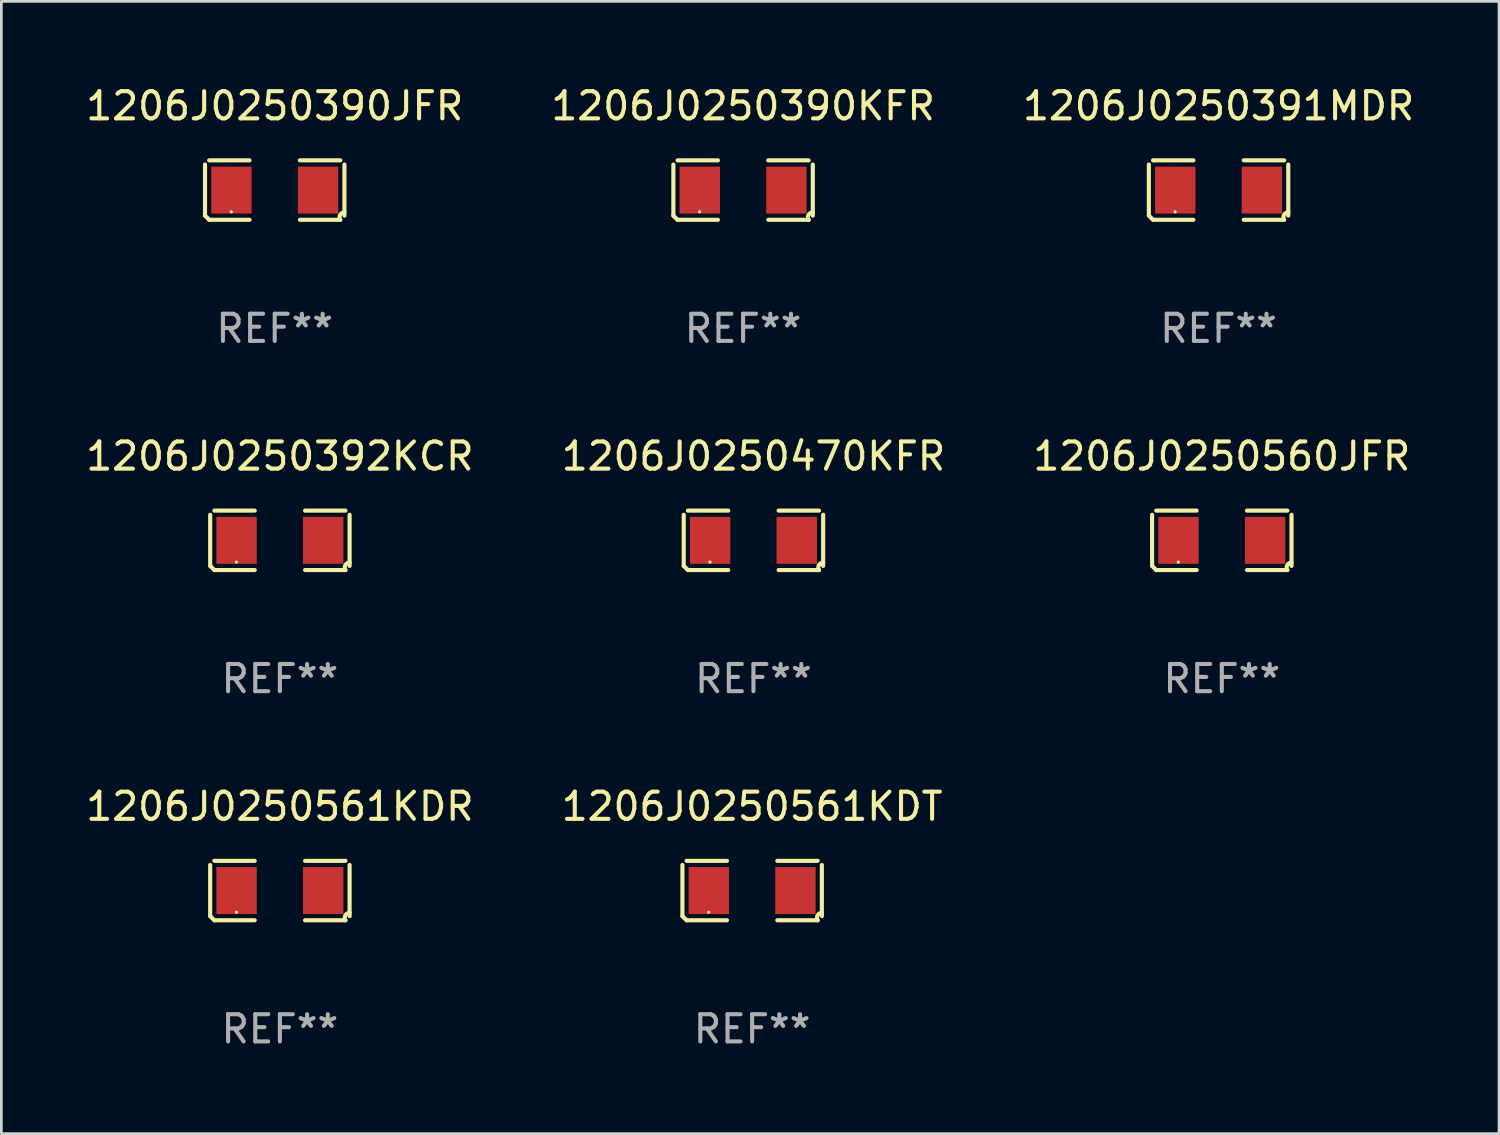
<source format=kicad_pcb>
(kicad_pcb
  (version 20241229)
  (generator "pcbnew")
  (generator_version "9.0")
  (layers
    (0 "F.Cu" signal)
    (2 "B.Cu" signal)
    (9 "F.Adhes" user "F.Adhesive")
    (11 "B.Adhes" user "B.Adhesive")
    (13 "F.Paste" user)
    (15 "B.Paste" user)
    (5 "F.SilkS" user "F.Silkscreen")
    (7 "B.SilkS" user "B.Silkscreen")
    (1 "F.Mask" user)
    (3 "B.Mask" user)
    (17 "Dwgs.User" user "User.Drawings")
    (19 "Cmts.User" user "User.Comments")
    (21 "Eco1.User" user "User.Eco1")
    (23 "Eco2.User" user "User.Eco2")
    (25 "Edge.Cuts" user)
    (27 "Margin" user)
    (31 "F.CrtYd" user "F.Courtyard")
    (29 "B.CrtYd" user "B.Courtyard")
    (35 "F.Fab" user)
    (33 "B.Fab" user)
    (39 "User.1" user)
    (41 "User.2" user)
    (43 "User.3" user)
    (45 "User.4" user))
  (footprint "1206J0250470KFR"
    (layer "F.Cu")
    (at 24.661 16.823)
    (property "Reference" "1206J0250470KFR" (at 0 -3.093 0) (layer "F.SilkS") (effects (font (size 1 1) (thickness 0.15))))
    (attr through_hole)
    (fp_line (start -2.564 0.94) (end -2.564 -0.94) (stroke (width 0.152) (type solid)) (layer "F.SilkS"))
    (fp_line (start -2.411 -1.093) (end -0.926 -1.093) (stroke (width 0.152) (type solid)) (layer "F.SilkS"))
    (fp_line (start -0.926 1.093) (end -2.411 1.093) (stroke (width 0.152) (type solid)) (layer "F.SilkS"))
    (fp_line (start 0.926 1.093) (end 2.411 1.093) (stroke (width 0.152) (type solid)) (layer "F.SilkS"))
    (fp_line (start 2.411 -1.093) (end 0.926 -1.093) (stroke (width 0.152) (type solid)) (layer "F.SilkS"))
    (fp_line (start 2.564 0.94) (end 2.564 -0.94) (stroke (width 0.152) (type solid)) (layer "F.SilkS"))
    (fp_arc (start -2.411201 1.092609) (mid -2.487413 1.01642) (end -2.563602 0.940208) (stroke (width 0.1524) (type solid)) (layer "F.SilkS"))
    (fp_arc (start 2.411201 1.092609) (mid 2.407159 0.911226) (end 2.563602 0.819347) (stroke (width 0.1524) (type solid)) (layer "F.SilkS"))
    (fp_circle (center -1.6 0.8) (end -1.57 0.8) (stroke (width 0.06) (type solid)) (fill no) (layer "F.SilkS"))
    (fp_text user "REF**" (at 0 5.093 0) (layer "F.Fab") (effects (font (size 1 1) (thickness 0.15))))
    (pad "1" smd rect (at -1.593 0) (size 1.485 1.728) (layers "F.Cu" "F.Mask" "F.Paste"))
    (pad "2" smd rect (at 1.593 0) (size 1.485 1.728) (layers "F.Cu" "F.Mask" "F.Paste")))
  (footprint "1206J0250561KDR"
    (layer "F.Cu")
    (at 7.244 29.704)
    (property "Reference" "1206J0250561KDR" (at 0 -3.093 0) (layer "F.SilkS") (effects (font (size 1 1) (thickness 0.15))))
    (attr through_hole)
    (fp_line (start -2.564 0.94) (end -2.564 -0.94) (stroke (width 0.152) (type solid)) (layer "F.SilkS"))
    (fp_line (start -2.411 -1.093) (end -0.926 -1.093) (stroke (width 0.152) (type solid)) (layer "F.SilkS"))
    (fp_line (start -0.926 1.093) (end -2.411 1.093) (stroke (width 0.152) (type solid)) (layer "F.SilkS"))
    (fp_line (start 0.926 1.093) (end 2.411 1.093) (stroke (width 0.152) (type solid)) (layer "F.SilkS"))
    (fp_line (start 2.411 -1.093) (end 0.926 -1.093) (stroke (width 0.152) (type solid)) (layer "F.SilkS"))
    (fp_line (start 2.564 0.94) (end 2.564 -0.94) (stroke (width 0.152) (type solid)) (layer "F.SilkS"))
    (fp_arc (start -2.411201 1.092609) (mid -2.487413 1.01642) (end -2.563602 0.940208) (stroke (width 0.1524) (type solid)) (layer "F.SilkS"))
    (fp_arc (start 2.411201 1.092609) (mid 2.407159 0.911226) (end 2.563602 0.819347) (stroke (width 0.1524) (type solid)) (layer "F.SilkS"))
    (fp_circle (center -1.6 0.8) (end -1.57 0.8) (stroke (width 0.06) (type solid)) (fill no) (layer "F.SilkS"))
    (fp_text user "REF**" (at 0 5.093 0) (layer "F.Fab") (effects (font (size 1 1) (thickness 0.15))))
    (pad "1" smd rect (at -1.593 0) (size 1.485 1.728) (layers "F.Cu" "F.Mask" "F.Paste"))
    (pad "2" smd rect (at 1.593 0) (size 1.485 1.728) (layers "F.Cu" "F.Mask" "F.Paste")))
  (footprint "1206J0250390KFR"
    (layer "F.Cu")
    (at 24.28 3.941)
    (property "Reference" "1206J0250390KFR" (at 0 -3.093 0) (layer "F.SilkS") (effects (font (size 1 1) (thickness 0.15))))
    (attr through_hole)
    (fp_line (start -2.564 0.94) (end -2.564 -0.94) (stroke (width 0.152) (type solid)) (layer "F.SilkS"))
    (fp_line (start -2.411 -1.093) (end -0.926 -1.093) (stroke (width 0.152) (type solid)) (layer "F.SilkS"))
    (fp_line (start -0.926 1.093) (end -2.411 1.093) (stroke (width 0.152) (type solid)) (layer "F.SilkS"))
    (fp_line (start 0.926 1.093) (end 2.411 1.093) (stroke (width 0.152) (type solid)) (layer "F.SilkS"))
    (fp_line (start 2.411 -1.093) (end 0.926 -1.093) (stroke (width 0.152) (type solid)) (layer "F.SilkS"))
    (fp_line (start 2.564 0.94) (end 2.564 -0.94) (stroke (width 0.152) (type solid)) (layer "F.SilkS"))
    (fp_arc (start -2.411201 1.092609) (mid -2.487413 1.01642) (end -2.563602 0.940208) (stroke (width 0.1524) (type solid)) (layer "F.SilkS"))
    (fp_arc (start 2.411201 1.092609) (mid 2.407159 0.911226) (end 2.563602 0.819347) (stroke (width 0.1524) (type solid)) (layer "F.SilkS"))
    (fp_circle (center -1.6 0.8) (end -1.57 0.8) (stroke (width 0.06) (type solid)) (fill no) (layer "F.SilkS"))
    (fp_text user "REF**" (at 0 5.093 0) (layer "F.Fab") (effects (font (size 1 1) (thickness 0.15))))
    (pad "1" smd rect (at -1.593 0) (size 1.485 1.728) (layers "F.Cu" "F.Mask" "F.Paste"))
    (pad "2" smd rect (at 1.593 0) (size 1.485 1.728) (layers "F.Cu" "F.Mask" "F.Paste")))
  (footprint "1206J0250392KCR"
    (layer "F.Cu")
    (at 7.244 16.823)
    (property "Reference" "1206J0250392KCR" (at 0 -3.093 0) (layer "F.SilkS") (effects (font (size 1 1) (thickness 0.15))))
    (attr through_hole)
    (fp_line (start -2.564 0.94) (end -2.564 -0.94) (stroke (width 0.152) (type solid)) (layer "F.SilkS"))
    (fp_line (start -2.411 -1.093) (end -0.926 -1.093) (stroke (width 0.152) (type solid)) (layer "F.SilkS"))
    (fp_line (start -0.926 1.093) (end -2.411 1.093) (stroke (width 0.152) (type solid)) (layer "F.SilkS"))
    (fp_line (start 0.926 1.093) (end 2.411 1.093) (stroke (width 0.152) (type solid)) (layer "F.SilkS"))
    (fp_line (start 2.411 -1.093) (end 0.926 -1.093) (stroke (width 0.152) (type solid)) (layer "F.SilkS"))
    (fp_line (start 2.564 0.94) (end 2.564 -0.94) (stroke (width 0.152) (type solid)) (layer "F.SilkS"))
    (fp_arc (start -2.411201 1.092609) (mid -2.487413 1.01642) (end -2.563602 0.940208) (stroke (width 0.1524) (type solid)) (layer "F.SilkS"))
    (fp_arc (start 2.411201 1.092609) (mid 2.407159 0.911226) (end 2.563602 0.819347) (stroke (width 0.1524) (type solid)) (layer "F.SilkS"))
    (fp_circle (center -1.6 0.8) (end -1.57 0.8) (stroke (width 0.06) (type solid)) (fill no) (layer "F.SilkS"))
    (fp_text user "REF**" (at 0 5.093 0) (layer "F.Fab") (effects (font (size 1 1) (thickness 0.15))))
    (pad "1" smd rect (at -1.593 0) (size 1.485 1.728) (layers "F.Cu" "F.Mask" "F.Paste"))
    (pad "2" smd rect (at 1.593 0) (size 1.485 1.728) (layers "F.Cu" "F.Mask" "F.Paste")))
  (footprint "1206J0250560JFR"
    (layer "F.Cu")
    (at 41.887 16.823)
    (property "Reference" "1206J0250560JFR" (at 0 -3.093 0) (layer "F.SilkS") (effects (font (size 1 1) (thickness 0.15))))
    (attr through_hole)
    (fp_line (start -2.564 0.94) (end -2.564 -0.94) (stroke (width 0.152) (type solid)) (layer "F.SilkS"))
    (fp_line (start -2.411 -1.093) (end -0.926 -1.093) (stroke (width 0.152) (type solid)) (layer "F.SilkS"))
    (fp_line (start -0.926 1.093) (end -2.411 1.093) (stroke (width 0.152) (type solid)) (layer "F.SilkS"))
    (fp_line (start 0.926 1.093) (end 2.411 1.093) (stroke (width 0.152) (type solid)) (layer "F.SilkS"))
    (fp_line (start 2.411 -1.093) (end 0.926 -1.093) (stroke (width 0.152) (type solid)) (layer "F.SilkS"))
    (fp_line (start 2.564 0.94) (end 2.564 -0.94) (stroke (width 0.152) (type solid)) (layer "F.SilkS"))
    (fp_arc (start -2.411201 1.092609) (mid -2.487413 1.01642) (end -2.563602 0.940208) (stroke (width 0.1524) (type solid)) (layer "F.SilkS"))
    (fp_arc (start 2.411201 1.092609) (mid 2.407159 0.911226) (end 2.563602 0.819347) (stroke (width 0.1524) (type solid)) (layer "F.SilkS"))
    (fp_circle (center -1.6 0.8) (end -1.57 0.8) (stroke (width 0.06) (type solid)) (fill no) (layer "F.SilkS"))
    (fp_text user "REF**" (at 0 5.093 0) (layer "F.Fab") (effects (font (size 1 1) (thickness 0.15))))
    (pad "1" smd rect (at -1.593 0) (size 1.485 1.728) (layers "F.Cu" "F.Mask" "F.Paste"))
    (pad "2" smd rect (at 1.593 0) (size 1.485 1.728) (layers "F.Cu" "F.Mask" "F.Paste")))
  (footprint "1206J0250561KDT"
    (layer "F.Cu")
    (at 24.613 29.704)
    (property "Reference" "1206J0250561KDT" (at 0 -3.093 0) (layer "F.SilkS") (effects (font (size 1 1) (thickness 0.15))))
    (attr through_hole)
    (fp_line (start -2.564 0.94) (end -2.564 -0.94) (stroke (width 0.152) (type solid)) (layer "F.SilkS"))
    (fp_line (start -2.411 -1.093) (end -0.926 -1.093) (stroke (width 0.152) (type solid)) (layer "F.SilkS"))
    (fp_line (start -0.926 1.093) (end -2.411 1.093) (stroke (width 0.152) (type solid)) (layer "F.SilkS"))
    (fp_line (start 0.926 1.093) (end 2.411 1.093) (stroke (width 0.152) (type solid)) (layer "F.SilkS"))
    (fp_line (start 2.411 -1.093) (end 0.926 -1.093) (stroke (width 0.152) (type solid)) (layer "F.SilkS"))
    (fp_line (start 2.564 0.94) (end 2.564 -0.94) (stroke (width 0.152) (type solid)) (layer "F.SilkS"))
    (fp_arc (start -2.411201 1.092609) (mid -2.487413 1.01642) (end -2.563602 0.940208) (stroke (width 0.1524) (type solid)) (layer "F.SilkS"))
    (fp_arc (start 2.411201 1.092609) (mid 2.407159 0.911226) (end 2.563602 0.819347) (stroke (width 0.1524) (type solid)) (layer "F.SilkS"))
    (fp_circle (center -1.6 0.8) (end -1.57 0.8) (stroke (width 0.06) (type solid)) (fill no) (layer "F.SilkS"))
    (fp_text user "REF**" (at 0 5.093 0) (layer "F.Fab") (effects (font (size 1 1) (thickness 0.15))))
    (pad "1" smd rect (at -1.593 0) (size 1.485 1.728) (layers "F.Cu" "F.Mask" "F.Paste"))
    (pad "2" smd rect (at 1.593 0) (size 1.485 1.728) (layers "F.Cu" "F.Mask" "F.Paste")))
  (footprint "1206J0250391MDR"
    (layer "F.Cu")
    (at 41.768 3.941)
    (property "Reference" "1206J0250391MDR" (at 0 -3.093 0) (layer "F.SilkS") (effects (font (size 1 1) (thickness 0.15))))
    (attr through_hole)
    (fp_line (start -2.564 0.94) (end -2.564 -0.94) (stroke (width 0.152) (type solid)) (layer "F.SilkS"))
    (fp_line (start -2.411 -1.093) (end -0.926 -1.093) (stroke (width 0.152) (type solid)) (layer "F.SilkS"))
    (fp_line (start -0.926 1.093) (end -2.411 1.093) (stroke (width 0.152) (type solid)) (layer "F.SilkS"))
    (fp_line (start 0.926 1.093) (end 2.411 1.093) (stroke (width 0.152) (type solid)) (layer "F.SilkS"))
    (fp_line (start 2.411 -1.093) (end 0.926 -1.093) (stroke (width 0.152) (type solid)) (layer "F.SilkS"))
    (fp_line (start 2.564 0.94) (end 2.564 -0.94) (stroke (width 0.152) (type solid)) (layer "F.SilkS"))
    (fp_arc (start -2.411201 1.092609) (mid -2.487413 1.01642) (end -2.563602 0.940208) (stroke (width 0.1524) (type solid)) (layer "F.SilkS"))
    (fp_arc (start 2.411201 1.092609) (mid 2.407159 0.911226) (end 2.563602 0.819347) (stroke (width 0.1524) (type solid)) (layer "F.SilkS"))
    (fp_circle (center -1.6 0.8) (end -1.57 0.8) (stroke (width 0.06) (type solid)) (fill no) (layer "F.SilkS"))
    (fp_text user "REF**" (at 0 5.093 0) (layer "F.Fab") (effects (font (size 1 1) (thickness 0.15))))
    (pad "1" smd rect (at -1.593 0) (size 1.485 1.728) (layers "F.Cu" "F.Mask" "F.Paste"))
    (pad "2" smd rect (at 1.593 0) (size 1.485 1.728) (layers "F.Cu" "F.Mask" "F.Paste")))
  (footprint "1206J0250390JFR"
    (layer "F.Cu")
    (at 7.054 3.941)
    (property "Reference" "1206J0250390JFR" (at 0 -3.093 0) (layer "F.SilkS") (effects (font (size 1 1) (thickness 0.15))))
    (attr through_hole)
    (fp_line (start -2.564 0.94) (end -2.564 -0.94) (stroke (width 0.152) (type solid)) (layer "F.SilkS"))
    (fp_line (start -2.411 -1.093) (end -0.926 -1.093) (stroke (width 0.152) (type solid)) (layer "F.SilkS"))
    (fp_line (start -0.926 1.093) (end -2.411 1.093) (stroke (width 0.152) (type solid)) (layer "F.SilkS"))
    (fp_line (start 0.926 1.093) (end 2.411 1.093) (stroke (width 0.152) (type solid)) (layer "F.SilkS"))
    (fp_line (start 2.411 -1.093) (end 0.926 -1.093) (stroke (width 0.152) (type solid)) (layer "F.SilkS"))
    (fp_line (start 2.564 0.94) (end 2.564 -0.94) (stroke (width 0.152) (type solid)) (layer "F.SilkS"))
    (fp_arc (start -2.411201 1.092609) (mid -2.487413 1.01642) (end -2.563602 0.940208) (stroke (width 0.1524) (type solid)) (layer "F.SilkS"))
    (fp_arc (start 2.411201 1.092609) (mid 2.407159 0.911226) (end 2.563602 0.819347) (stroke (width 0.1524) (type solid)) (layer "F.SilkS"))
    (fp_circle (center -1.6 0.8) (end -1.57 0.8) (stroke (width 0.06) (type solid)) (fill no) (layer "F.SilkS"))
    (fp_text user "REF**" (at 0 5.093 0) (layer "F.Fab") (effects (font (size 1 1) (thickness 0.15))))
    (pad "1" smd rect (at -1.593 0) (size 1.485 1.728) (layers "F.Cu" "F.Mask" "F.Paste"))
    (pad "2" smd rect (at 1.593 0) (size 1.485 1.728) (layers "F.Cu" "F.Mask" "F.Paste")))
  (gr_rect
    (start -3 -3)
    (end 52.083 38.645)
    (stroke (width 0.1) (type default))
    (fill no)
    (layer "Edge.Cuts")))
</source>
